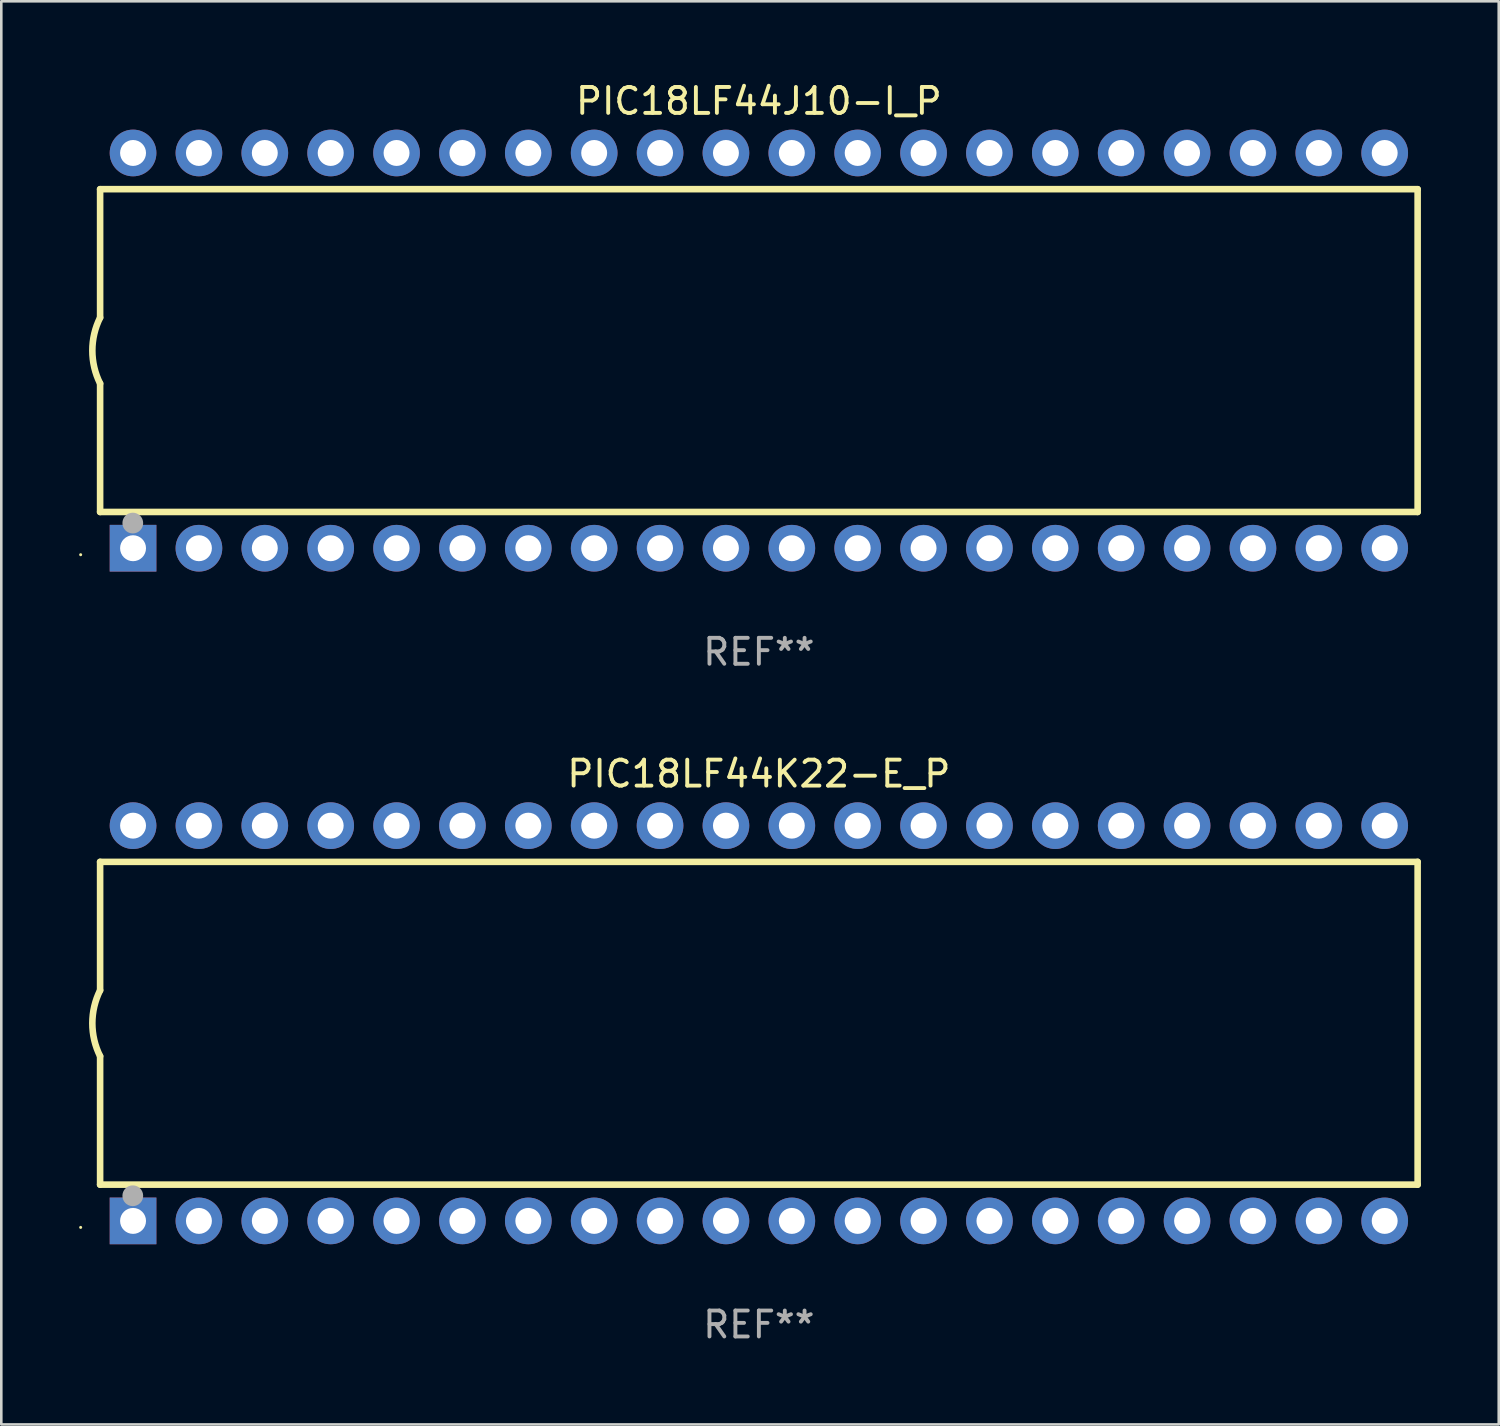
<source format=kicad_pcb>
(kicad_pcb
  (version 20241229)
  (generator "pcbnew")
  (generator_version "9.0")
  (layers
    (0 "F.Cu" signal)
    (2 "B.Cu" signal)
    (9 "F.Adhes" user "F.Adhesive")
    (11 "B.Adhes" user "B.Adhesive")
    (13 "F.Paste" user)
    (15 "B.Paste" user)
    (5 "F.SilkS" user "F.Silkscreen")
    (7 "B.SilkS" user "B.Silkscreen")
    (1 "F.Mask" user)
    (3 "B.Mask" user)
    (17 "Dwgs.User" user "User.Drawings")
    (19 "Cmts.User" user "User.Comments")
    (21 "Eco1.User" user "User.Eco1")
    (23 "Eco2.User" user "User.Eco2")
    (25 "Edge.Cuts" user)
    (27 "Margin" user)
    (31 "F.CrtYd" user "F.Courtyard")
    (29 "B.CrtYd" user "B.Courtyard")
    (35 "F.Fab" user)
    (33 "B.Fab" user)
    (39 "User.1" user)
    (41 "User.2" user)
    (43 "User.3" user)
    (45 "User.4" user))
  (footprint "PIC18LF44J10-I_P"
    (layer "F.Cu")
    (at 26.21 10.468)
    (property "Reference" "PIC18LF44J10-I_P" (at 0 -9.62 0) (layer "F.SilkS") (effects (font (size 1 1) (thickness 0.15))))
    (attr through_hole)
    (fp_line (start -25.4 -6.224) (end -25.4 -1.271) (stroke (width 0.254) (type solid)) (layer "F.SilkS"))
    (fp_line (start -25.4 -6.224) (end 25.4 -6.224) (stroke (width 0.254) (type solid)) (layer "F.SilkS"))
    (fp_line (start -25.4 1.269) (end -25.4 6.222) (stroke (width 0.254) (type solid)) (layer "F.SilkS"))
    (fp_line (start -25.4 6.222) (end 25.4 6.222) (stroke (width 0.254) (type solid)) (layer "F.SilkS"))
    (fp_line (start 25.4 6.222) (end 25.4 -6.224) (stroke (width 0.254) (type solid)) (layer "F.SilkS"))
    (fp_arc (start -25.4 1.269241) (mid -25.699807 -0.000762) (end -25.4 -1.270765) (stroke (width 0.254001) (type solid)) (layer "F.SilkS"))
    (fp_circle (center -26.15 7.87) (end -26.12 7.87) (stroke (width 0.06) (type solid)) (fill no) (layer "F.SilkS"))
    (fp_circle (center -24.14 6.65) (end -23.94 6.65) (stroke (width 0.4) (type solid)) (fill no) (layer "F.Fab"))
    (fp_text user "REF**" (at 0 11.62 0) (layer "F.Fab") (effects (font (size 1 1) (thickness 0.15))))
    (pad "1" thru_hole rect (at -24.13 7.62 90) (size 1.8 1.8) (drill 1) (layers "*.Cu" "*.Mask"))
    (pad "2" thru_hole circle (at -21.59 7.62) (size 1.8 1.8) (drill 1) (layers "*.Cu" "*.Mask"))
    (pad "3" thru_hole circle (at -19.05 7.62) (size 1.8 1.8) (drill 1) (layers "*.Cu" "*.Mask"))
    (pad "4" thru_hole circle (at -16.51 7.62) (size 1.8 1.8) (drill 1) (layers "*.Cu" "*.Mask"))
    (pad "5" thru_hole circle (at -13.97 7.62) (size 1.8 1.8) (drill 1) (layers "*.Cu" "*.Mask"))
    (pad "6" thru_hole circle (at -11.43 7.62) (size 1.8 1.8) (drill 1) (layers "*.Cu" "*.Mask"))
    (pad "7" thru_hole circle (at -8.89 7.62) (size 1.8 1.8) (drill 1) (layers "*.Cu" "*.Mask"))
    (pad "8" thru_hole circle (at -6.35 7.62) (size 1.8 1.8) (drill 1) (layers "*.Cu" "*.Mask"))
    (pad "9" thru_hole circle (at -3.81 7.62) (size 1.8 1.8) (drill 1) (layers "*.Cu" "*.Mask"))
    (pad "10" thru_hole circle (at -1.27 7.62) (size 1.8 1.8) (drill 1) (layers "*.Cu" "*.Mask"))
    (pad "11" thru_hole circle (at 1.27 7.62) (size 1.8 1.8) (drill 1) (layers "*.Cu" "*.Mask"))
    (pad "12" thru_hole circle (at 3.81 7.62) (size 1.8 1.8) (drill 1) (layers "*.Cu" "*.Mask"))
    (pad "13" thru_hole circle (at 6.35 7.62) (size 1.8 1.8) (drill 1) (layers "*.Cu" "*.Mask"))
    (pad "14" thru_hole circle (at 8.89 7.62) (size 1.8 1.8) (drill 1) (layers "*.Cu" "*.Mask"))
    (pad "15" thru_hole circle (at 11.43 7.62) (size 1.8 1.8) (drill 1) (layers "*.Cu" "*.Mask"))
    (pad "16" thru_hole circle (at 13.97 7.62) (size 1.8 1.8) (drill 1) (layers "*.Cu" "*.Mask"))
    (pad "17" thru_hole circle (at 16.51 7.62) (size 1.8 1.8) (drill 1) (layers "*.Cu" "*.Mask"))
    (pad "18" thru_hole circle (at 19.05 7.62) (size 1.8 1.8) (drill 1) (layers "*.Cu" "*.Mask"))
    (pad "19" thru_hole circle (at 21.59 7.62) (size 1.8 1.8) (drill 1) (layers "*.Cu" "*.Mask"))
    (pad "20" thru_hole circle (at 24.13 7.62) (size 1.8 1.8) (drill 1) (layers "*.Cu" "*.Mask"))
    (pad "21" thru_hole circle (at 24.13 -7.62) (size 1.8 1.8) (drill 1) (layers "*.Cu" "*.Mask"))
    (pad "22" thru_hole circle (at 21.59 -7.62) (size 1.8 1.8) (drill 1) (layers "*.Cu" "*.Mask"))
    (pad "23" thru_hole circle (at 19.05 -7.62) (size 1.8 1.8) (drill 1) (layers "*.Cu" "*.Mask"))
    (pad "24" thru_hole circle (at 16.51 -7.62) (size 1.8 1.8) (drill 1) (layers "*.Cu" "*.Mask"))
    (pad "25" thru_hole circle (at 13.97 -7.62) (size 1.8 1.8) (drill 1) (layers "*.Cu" "*.Mask"))
    (pad "26" thru_hole circle (at 11.43 -7.62) (size 1.8 1.8) (drill 1) (layers "*.Cu" "*.Mask"))
    (pad "27" thru_hole circle (at 8.89 -7.62) (size 1.8 1.8) (drill 1) (layers "*.Cu" "*.Mask"))
    (pad "28" thru_hole circle (at 6.35 -7.62) (size 1.8 1.8) (drill 1) (layers "*.Cu" "*.Mask"))
    (pad "29" thru_hole circle (at 3.81 -7.62) (size 1.8 1.8) (drill 1) (layers "*.Cu" "*.Mask"))
    (pad "30" thru_hole circle (at 1.27 -7.62) (size 1.8 1.8) (drill 1) (layers "*.Cu" "*.Mask"))
    (pad "31" thru_hole circle (at -1.27 -7.62) (size 1.8 1.8) (drill 1) (layers "*.Cu" "*.Mask"))
    (pad "32" thru_hole circle (at -3.81 -7.62) (size 1.8 1.8) (drill 1) (layers "*.Cu" "*.Mask"))
    (pad "33" thru_hole circle (at -6.35 -7.62) (size 1.8 1.8) (drill 1) (layers "*.Cu" "*.Mask"))
    (pad "34" thru_hole circle (at -8.89 -7.62) (size 1.8 1.8) (drill 1) (layers "*.Cu" "*.Mask"))
    (pad "35" thru_hole circle (at -11.43 -7.62) (size 1.8 1.8) (drill 1) (layers "*.Cu" "*.Mask"))
    (pad "36" thru_hole circle (at -13.97 -7.62) (size 1.8 1.8) (drill 1) (layers "*.Cu" "*.Mask"))
    (pad "37" thru_hole circle (at -16.51 -7.62) (size 1.8 1.8) (drill 1) (layers "*.Cu" "*.Mask"))
    (pad "38" thru_hole circle (at -19.05 -7.62) (size 1.8 1.8) (drill 1) (layers "*.Cu" "*.Mask"))
    (pad "39" thru_hole circle (at -21.59 -7.62) (size 1.8 1.8) (drill 1) (layers "*.Cu" "*.Mask"))
    (pad "40" thru_hole circle (at -24.13 -7.62) (size 1.8 1.8) (drill 1) (layers "*.Cu" "*.Mask")))
  (footprint "PIC18LF44K22-E_P"
    (layer "F.Cu")
    (at 26.21 36.405)
    (property "Reference" "PIC18LF44K22-E_P" (at 0 -9.62 0) (layer "F.SilkS") (effects (font (size 1 1) (thickness 0.15))))
    (attr through_hole)
    (fp_line (start -25.4 -6.224) (end -25.4 -1.271) (stroke (width 0.254) (type solid)) (layer "F.SilkS"))
    (fp_line (start -25.4 -6.224) (end 25.4 -6.224) (stroke (width 0.254) (type solid)) (layer "F.SilkS"))
    (fp_line (start -25.4 1.269) (end -25.4 6.222) (stroke (width 0.254) (type solid)) (layer "F.SilkS"))
    (fp_line (start -25.4 6.222) (end 25.4 6.222) (stroke (width 0.254) (type solid)) (layer "F.SilkS"))
    (fp_line (start 25.4 6.222) (end 25.4 -6.224) (stroke (width 0.254) (type solid)) (layer "F.SilkS"))
    (fp_arc (start -25.4 1.269241) (mid -25.699807 -0.000762) (end -25.4 -1.270765) (stroke (width 0.254001) (type solid)) (layer "F.SilkS"))
    (fp_circle (center -26.15 7.87) (end -26.12 7.87) (stroke (width 0.06) (type solid)) (fill no) (layer "F.SilkS"))
    (fp_circle (center -24.14 6.65) (end -23.94 6.65) (stroke (width 0.4) (type solid)) (fill no) (layer "F.Fab"))
    (fp_text user "REF**" (at 0 11.62 0) (layer "F.Fab") (effects (font (size 1 1) (thickness 0.15))))
    (pad "1" thru_hole rect (at -24.13 7.62 90) (size 1.8 1.8) (drill 1) (layers "*.Cu" "*.Mask"))
    (pad "2" thru_hole circle (at -21.59 7.62) (size 1.8 1.8) (drill 1) (layers "*.Cu" "*.Mask"))
    (pad "3" thru_hole circle (at -19.05 7.62) (size 1.8 1.8) (drill 1) (layers "*.Cu" "*.Mask"))
    (pad "4" thru_hole circle (at -16.51 7.62) (size 1.8 1.8) (drill 1) (layers "*.Cu" "*.Mask"))
    (pad "5" thru_hole circle (at -13.97 7.62) (size 1.8 1.8) (drill 1) (layers "*.Cu" "*.Mask"))
    (pad "6" thru_hole circle (at -11.43 7.62) (size 1.8 1.8) (drill 1) (layers "*.Cu" "*.Mask"))
    (pad "7" thru_hole circle (at -8.89 7.62) (size 1.8 1.8) (drill 1) (layers "*.Cu" "*.Mask"))
    (pad "8" thru_hole circle (at -6.35 7.62) (size 1.8 1.8) (drill 1) (layers "*.Cu" "*.Mask"))
    (pad "9" thru_hole circle (at -3.81 7.62) (size 1.8 1.8) (drill 1) (layers "*.Cu" "*.Mask"))
    (pad "10" thru_hole circle (at -1.27 7.62) (size 1.8 1.8) (drill 1) (layers "*.Cu" "*.Mask"))
    (pad "11" thru_hole circle (at 1.27 7.62) (size 1.8 1.8) (drill 1) (layers "*.Cu" "*.Mask"))
    (pad "12" thru_hole circle (at 3.81 7.62) (size 1.8 1.8) (drill 1) (layers "*.Cu" "*.Mask"))
    (pad "13" thru_hole circle (at 6.35 7.62) (size 1.8 1.8) (drill 1) (layers "*.Cu" "*.Mask"))
    (pad "14" thru_hole circle (at 8.89 7.62) (size 1.8 1.8) (drill 1) (layers "*.Cu" "*.Mask"))
    (pad "15" thru_hole circle (at 11.43 7.62) (size 1.8 1.8) (drill 1) (layers "*.Cu" "*.Mask"))
    (pad "16" thru_hole circle (at 13.97 7.62) (size 1.8 1.8) (drill 1) (layers "*.Cu" "*.Mask"))
    (pad "17" thru_hole circle (at 16.51 7.62) (size 1.8 1.8) (drill 1) (layers "*.Cu" "*.Mask"))
    (pad "18" thru_hole circle (at 19.05 7.62) (size 1.8 1.8) (drill 1) (layers "*.Cu" "*.Mask"))
    (pad "19" thru_hole circle (at 21.59 7.62) (size 1.8 1.8) (drill 1) (layers "*.Cu" "*.Mask"))
    (pad "20" thru_hole circle (at 24.13 7.62) (size 1.8 1.8) (drill 1) (layers "*.Cu" "*.Mask"))
    (pad "21" thru_hole circle (at 24.13 -7.62) (size 1.8 1.8) (drill 1) (layers "*.Cu" "*.Mask"))
    (pad "22" thru_hole circle (at 21.59 -7.62) (size 1.8 1.8) (drill 1) (layers "*.Cu" "*.Mask"))
    (pad "23" thru_hole circle (at 19.05 -7.62) (size 1.8 1.8) (drill 1) (layers "*.Cu" "*.Mask"))
    (pad "24" thru_hole circle (at 16.51 -7.62) (size 1.8 1.8) (drill 1) (layers "*.Cu" "*.Mask"))
    (pad "25" thru_hole circle (at 13.97 -7.62) (size 1.8 1.8) (drill 1) (layers "*.Cu" "*.Mask"))
    (pad "26" thru_hole circle (at 11.43 -7.62) (size 1.8 1.8) (drill 1) (layers "*.Cu" "*.Mask"))
    (pad "27" thru_hole circle (at 8.89 -7.62) (size 1.8 1.8) (drill 1) (layers "*.Cu" "*.Mask"))
    (pad "28" thru_hole circle (at 6.35 -7.62) (size 1.8 1.8) (drill 1) (layers "*.Cu" "*.Mask"))
    (pad "29" thru_hole circle (at 3.81 -7.62) (size 1.8 1.8) (drill 1) (layers "*.Cu" "*.Mask"))
    (pad "30" thru_hole circle (at 1.27 -7.62) (size 1.8 1.8) (drill 1) (layers "*.Cu" "*.Mask"))
    (pad "31" thru_hole circle (at -1.27 -7.62) (size 1.8 1.8) (drill 1) (layers "*.Cu" "*.Mask"))
    (pad "32" thru_hole circle (at -3.81 -7.62) (size 1.8 1.8) (drill 1) (layers "*.Cu" "*.Mask"))
    (pad "33" thru_hole circle (at -6.35 -7.62) (size 1.8 1.8) (drill 1) (layers "*.Cu" "*.Mask"))
    (pad "34" thru_hole circle (at -8.89 -7.62) (size 1.8 1.8) (drill 1) (layers "*.Cu" "*.Mask"))
    (pad "35" thru_hole circle (at -11.43 -7.62) (size 1.8 1.8) (drill 1) (layers "*.Cu" "*.Mask"))
    (pad "36" thru_hole circle (at -13.97 -7.62) (size 1.8 1.8) (drill 1) (layers "*.Cu" "*.Mask"))
    (pad "37" thru_hole circle (at -16.51 -7.62) (size 1.8 1.8) (drill 1) (layers "*.Cu" "*.Mask"))
    (pad "38" thru_hole circle (at -19.05 -7.62) (size 1.8 1.8) (drill 1) (layers "*.Cu" "*.Mask"))
    (pad "39" thru_hole circle (at -21.59 -7.62) (size 1.8 1.8) (drill 1) (layers "*.Cu" "*.Mask"))
    (pad "40" thru_hole circle (at -24.13 -7.62) (size 1.8 1.8) (drill 1) (layers "*.Cu" "*.Mask")))
  (gr_rect
    (start -3 -3)
    (end 54.737 51.873)
    (stroke (width 0.1) (type default))
    (fill no)
    (layer "Edge.Cuts")))
</source>
